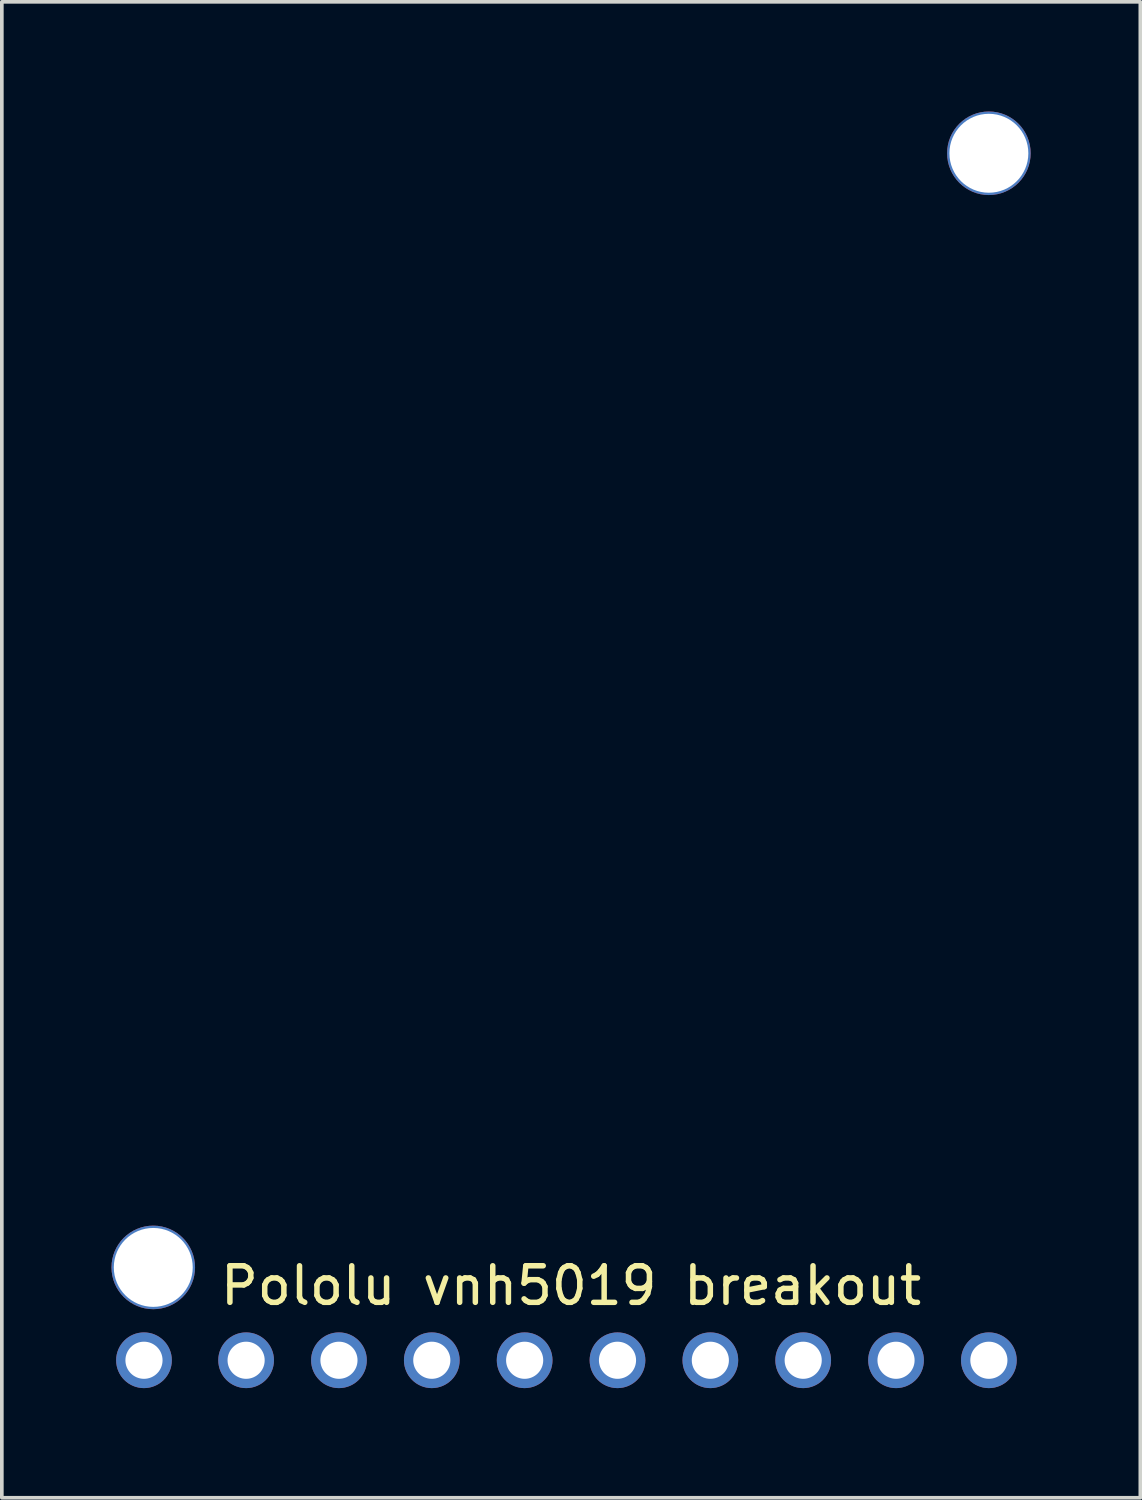
<source format=kicad_pcb>
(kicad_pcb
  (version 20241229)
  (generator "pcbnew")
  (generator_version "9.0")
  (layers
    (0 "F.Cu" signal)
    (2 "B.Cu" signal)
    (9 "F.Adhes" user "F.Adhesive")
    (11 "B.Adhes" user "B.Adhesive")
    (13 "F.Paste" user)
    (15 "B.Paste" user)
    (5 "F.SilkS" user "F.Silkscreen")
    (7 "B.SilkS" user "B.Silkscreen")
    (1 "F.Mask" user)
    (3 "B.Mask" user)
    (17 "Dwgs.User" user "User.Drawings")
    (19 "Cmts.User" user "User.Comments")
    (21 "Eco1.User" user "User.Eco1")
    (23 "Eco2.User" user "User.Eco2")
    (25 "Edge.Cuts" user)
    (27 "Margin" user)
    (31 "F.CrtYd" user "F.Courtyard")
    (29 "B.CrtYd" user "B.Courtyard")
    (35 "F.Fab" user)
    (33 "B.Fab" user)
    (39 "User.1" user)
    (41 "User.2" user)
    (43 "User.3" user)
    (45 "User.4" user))
  (footprint "Pololu vnh5019 breakout"
    (layer "F.Cu")
    (at 12.573 31.623)
    (property "Reference" "Pololu vnh5019 breakout" (at 0 0.5 0) (layer "F.SilkS") (effects (font (size 1 1) (thickness 0.15))))
    (attr through_hole)
    (pad "" thru_hole circle (at -11.43 0) (size 2.286 2.286) (drill 2.159) (layers "*.Cu" "*.Mask"))
    (pad "" thru_hole circle (at 11.43 -30.48) (size 2.286 2.286) (drill 2.159) (layers "*.Cu" "*.Mask"))
    (pad "1" thru_hole circle (at -11.684 2.54) (size 1.524 1.524) (drill 1.016) (layers "*.Cu" "*.Mask"))
    (pad "2" thru_hole circle (at -8.89 2.54) (size 1.524 1.524) (drill 1.016) (layers "*.Cu" "*.Mask"))
    (pad "3" thru_hole circle (at -6.35 2.54) (size 1.524 1.524) (drill 1.016) (layers "*.Cu" "*.Mask"))
    (pad "4" thru_hole circle (at -3.81 2.54) (size 1.524 1.524) (drill 1.016) (layers "*.Cu" "*.Mask"))
    (pad "5" thru_hole circle (at -1.27 2.54) (size 1.524 1.524) (drill 1.016) (layers "*.Cu" "*.Mask"))
    (pad "6" thru_hole circle (at 1.27 2.54) (size 1.524 1.524) (drill 1.016) (layers "*.Cu" "*.Mask"))
    (pad "7" thru_hole circle (at 3.81 2.54) (size 1.524 1.524) (drill 1.016) (layers "*.Cu" "*.Mask"))
    (pad "8" thru_hole circle (at 6.35 2.54) (size 1.524 1.524) (drill 1.016) (layers "*.Cu" "*.Mask"))
    (pad "9" thru_hole circle (at 8.89 2.54) (size 1.524 1.524) (drill 1.016) (layers "*.Cu" "*.Mask"))
    (pad "10" thru_hole circle (at 11.43 2.54) (size 1.524 1.524) (drill 1.016) (layers "*.Cu" "*.Mask")))
  (gr_rect
    (start -3 -3)
    (end 28.146 37.925)
    (stroke (width 0.1) (type default))
    (fill no)
    (layer "Edge.Cuts")))
</source>
